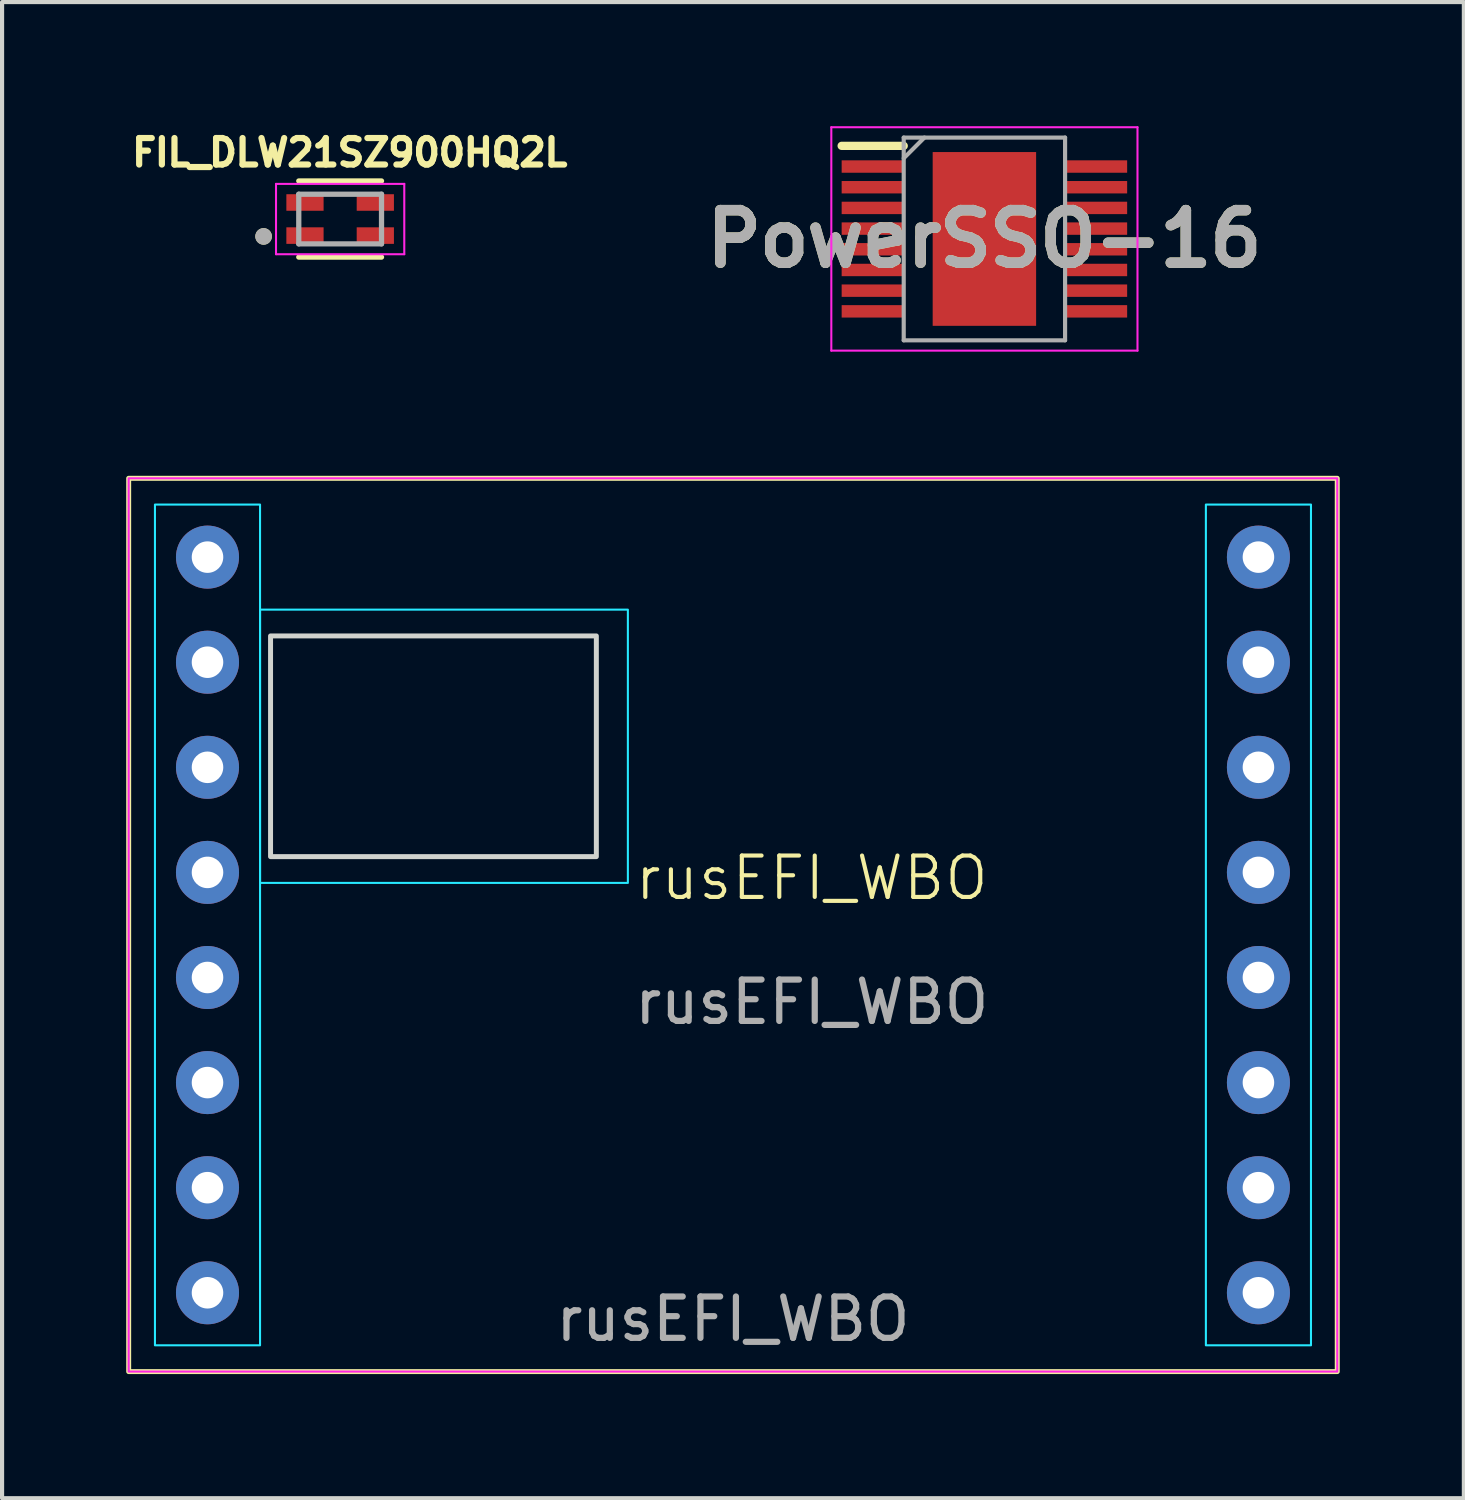
<source format=kicad_pcb>
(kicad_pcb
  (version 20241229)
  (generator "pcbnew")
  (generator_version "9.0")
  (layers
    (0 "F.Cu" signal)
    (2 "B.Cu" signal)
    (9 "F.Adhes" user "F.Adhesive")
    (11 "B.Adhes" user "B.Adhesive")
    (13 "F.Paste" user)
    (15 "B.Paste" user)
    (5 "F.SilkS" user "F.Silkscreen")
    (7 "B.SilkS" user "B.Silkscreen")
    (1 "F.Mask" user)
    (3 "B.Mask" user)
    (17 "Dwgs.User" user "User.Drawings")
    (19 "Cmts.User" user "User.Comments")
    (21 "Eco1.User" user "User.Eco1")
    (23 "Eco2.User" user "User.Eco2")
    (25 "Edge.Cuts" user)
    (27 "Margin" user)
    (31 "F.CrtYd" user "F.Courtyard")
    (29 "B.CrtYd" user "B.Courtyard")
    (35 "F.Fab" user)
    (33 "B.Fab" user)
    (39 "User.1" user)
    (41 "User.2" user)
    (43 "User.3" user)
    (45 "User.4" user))
  (footprint "rusEFI_WBO"
    (layer "F.Cu")
    (at 16.57 18.67)
    (property "Reference" "rusEFI_WBO" (at 0 -0.5 0) (unlocked yes) (layer "F.SilkS") (effects (font (size 1 1) (thickness 0.1))))
    (attr smd)
    (fp_rect (start -16.51 -10.16) (end 12.7 11.43) (stroke (width 0.12) (type solid)) (fill no) (layer "F.SilkS"))
    (fp_rect (start -13.081 -6.35) (end -5.207 -1.016) (stroke (width 0.12) (type solid)) (fill no) (layer "Edge.Cuts"))
    (fp_rect (start -15.875 -9.525) (end -13.335 10.795) (stroke (width 0.05) (type solid)) (fill no) (layer "B.CrtYd"))
    (fp_rect (start -13.335 -6.985) (end -4.445 -0.381) (stroke (width 0.05) (type solid)) (fill no) (layer "B.CrtYd"))
    (fp_rect (start 9.525 -9.525) (end 12.065 10.795) (stroke (width 0.05) (type solid)) (fill no) (layer "B.CrtYd"))
    (fp_rect (start -16.51 -10.16) (end 12.7 11.43) (stroke (width 0.05) (type solid)) (fill no) (layer "F.CrtYd"))
    (fp_text user "${REFERENCE}" (at -1.905 10.16 0) (unlocked yes) (layer "F.Fab") (effects (font (size 1 1) (thickness 0.15))))
    (fp_text user "${REFERENCE}" (at 0 2.5 0) (unlocked yes) (layer "F.Fab") (effects (font (size 1 1) (thickness 0.15))))
    (pad "1" thru_hole circle (at -14.605 -8.255) (size 1.524 1.524) (drill 0.762) (layers "*.Cu" "*.Mask"))
    (pad "2" thru_hole circle (at -14.605 -5.715) (size 1.524 1.524) (drill 0.762) (layers "*.Cu" "*.Mask"))
    (pad "3" thru_hole circle (at -14.605 -3.175) (size 1.524 1.524) (drill 0.762) (layers "*.Cu" "*.Mask"))
    (pad "4" thru_hole circle (at -14.605 -0.635) (size 1.524 1.524) (drill 0.762) (layers "*.Cu" "*.Mask"))
    (pad "5" thru_hole circle (at -14.605 1.905) (size 1.524 1.524) (drill 0.762) (layers "*.Cu" "*.Mask"))
    (pad "6" thru_hole circle (at -14.605 4.445) (size 1.524 1.524) (drill 0.762) (layers "*.Cu" "*.Mask"))
    (pad "7" thru_hole circle (at -14.605 6.985) (size 1.524 1.524) (drill 0.762) (layers "*.Cu" "*.Mask"))
    (pad "8" thru_hole circle (at -14.605 9.525) (size 1.524 1.524) (drill 0.762) (layers "*.Cu" "*.Mask"))
    (pad "9" thru_hole circle (at 10.795 -8.255) (size 1.524 1.524) (drill 0.762) (layers "*.Cu" "*.Mask"))
    (pad "10" thru_hole circle (at 10.795 -5.715) (size 1.524 1.524) (drill 0.762) (layers "*.Cu" "*.Mask"))
    (pad "11" thru_hole circle (at 10.795 -3.175) (size 1.524 1.524) (drill 0.762) (layers "*.Cu" "*.Mask"))
    (pad "12" thru_hole circle (at 10.795 -0.635) (size 1.524 1.524) (drill 0.762) (layers "*.Cu" "*.Mask"))
    (pad "13" thru_hole circle (at 10.795 1.905) (size 1.524 1.524) (drill 0.762) (layers "*.Cu" "*.Mask"))
    (pad "14" thru_hole circle (at 10.795 4.445) (size 1.524 1.524) (drill 0.762) (layers "*.Cu" "*.Mask"))
    (pad "15" thru_hole circle (at 10.795 6.985) (size 1.524 1.524) (drill 0.762) (layers "*.Cu" "*.Mask"))
    (pad "16" thru_hole circle (at 10.795 9.525) (size 1.524 1.524) (drill 0.762) (layers "*.Cu" "*.Mask")))
  (footprint "FIL_DLW21SZ900HQ2L"
    (layer "F.Cu")
    (at 5.171 2.244)
    (property "Reference" "FIL_DLW21SZ900HQ2L" (at 0.232 -1.606 0) (layer "F.SilkS") (effects (font (size 0.64 0.64) (thickness 0.15))))
    (attr smd)
    (fp_line (start -1 -0.92) (end 1 -0.92) (stroke (width 0.127) (type solid)) (layer "F.SilkS"))
    (fp_line (start 1 0.92) (end -1 0.92) (stroke (width 0.127) (type solid)) (layer "F.SilkS"))
    (fp_circle (center -1.85 0.42) (end -1.75 0.42) (stroke (width 0.2) (type solid)) (fill no) (layer "F.SilkS"))
    (fp_poly (pts (xy -1.3 -0.6) (xy -0.4 -0.6) (xy -0.4 -0.25) (xy -1.3 -0.25)) (stroke (width 0.01) (type solid)) (fill yes) (layer "F.Paste"))
    (fp_poly (pts (xy -1.3 0.25) (xy -0.4 0.25) (xy -0.4 0.6) (xy -1.3 0.6)) (stroke (width 0.01) (type solid)) (fill yes) (layer "F.Paste"))
    (fp_poly (pts (xy 0.4 -0.6) (xy 1.3 -0.6) (xy 1.3 -0.25) (xy 0.4 -0.25)) (stroke (width 0.01) (type solid)) (fill yes) (layer "F.Paste"))
    (fp_poly (pts (xy 0.4 0.25) (xy 1.3 0.25) (xy 1.3 0.6) (xy 0.4 0.6)) (stroke (width 0.01) (type solid)) (fill yes) (layer "F.Paste"))
    (fp_line (start -1.55 -0.85) (end 1.55 -0.85) (stroke (width 0.05) (type solid)) (layer "F.CrtYd"))
    (fp_line (start -1.55 0.85) (end -1.55 -0.85) (stroke (width 0.05) (type solid)) (layer "F.CrtYd"))
    (fp_line (start 1.55 -0.85) (end 1.55 0.85) (stroke (width 0.05) (type solid)) (layer "F.CrtYd"))
    (fp_line (start 1.55 0.85) (end -1.55 0.85) (stroke (width 0.05) (type solid)) (layer "F.CrtYd"))
    (fp_line (start -1 -0.6) (end 1 -0.6) (stroke (width 0.127) (type solid)) (layer "F.Fab"))
    (fp_line (start -1 0.6) (end -1 -0.6) (stroke (width 0.127) (type solid)) (layer "F.Fab"))
    (fp_line (start 1 -0.6) (end 1 0.6) (stroke (width 0.127) (type solid)) (layer "F.Fab"))
    (fp_line (start 1 0.6) (end -1 0.6) (stroke (width 0.127) (type solid)) (layer "F.Fab"))
    (fp_circle (center -1.85 0.42) (end -1.75 0.42) (stroke (width 0.2) (type solid)) (fill no) (layer "F.Fab"))
    (pad "1" smd rect (at -0.85 0.4) (size 0.9 0.4) (layers "F.Cu" "F.Mask"))
    (pad "2" smd rect (at 0.85 0.4) (size 0.9 0.4) (layers "F.Cu" "F.Mask"))
    (pad "3" smd rect (at 0.85 -0.4) (size 0.9 0.4) (layers "F.Cu" "F.Mask"))
    (pad "4" smd rect (at -0.85 -0.4) (size 0.9 0.4) (layers "F.Cu" "F.Mask")))
  (footprint "PowerSSO-16"
    (layer "F.Cu")
    (at 20.742 2.725)
    (property "Reference" "PowerSSO-16" (at 0 0 0) (layer "F.SilkS") (effects (font (size 1.27 1.27) (thickness 0.254))))
    (attr smd)
    (fp_line (start -3.45 -2.25) (end -1.95 -2.25) (stroke (width 0.2) (type solid)) (layer "F.SilkS"))
    (fp_line (start -3.7 -2.7) (end 3.7 -2.7) (stroke (width 0.05) (type solid)) (layer "F.CrtYd"))
    (fp_line (start -3.7 2.7) (end -3.7 -2.7) (stroke (width 0.05) (type solid)) (layer "F.CrtYd"))
    (fp_line (start 3.7 -2.7) (end 3.7 2.7) (stroke (width 0.05) (type solid)) (layer "F.CrtYd"))
    (fp_line (start 3.7 2.7) (end -3.7 2.7) (stroke (width 0.05) (type solid)) (layer "F.CrtYd"))
    (fp_line (start -1.95 -2.45) (end 1.95 -2.45) (stroke (width 0.1) (type solid)) (layer "F.Fab"))
    (fp_line (start -1.95 -1.95) (end -1.45 -2.45) (stroke (width 0.1) (type solid)) (layer "F.Fab"))
    (fp_line (start -1.95 2.45) (end -1.95 -2.45) (stroke (width 0.1) (type solid)) (layer "F.Fab"))
    (fp_line (start 1.95 -2.45) (end 1.95 2.45) (stroke (width 0.1) (type solid)) (layer "F.Fab"))
    (fp_line (start 1.95 2.45) (end -1.95 2.45) (stroke (width 0.1) (type solid)) (layer "F.Fab"))
    (fp_text user "${REFERENCE}" (at 0 0 0) (layer "F.Fab") (effects (font (size 1.27 1.27) (thickness 0.254))))
    (pad "1" smd rect (at -2.7 -1.75 90) (size 0.3 1.5) (layers "F.Cu" "F.Mask" "F.Paste"))
    (pad "2" smd rect (at -2.7 -1.25 90) (size 0.3 1.5) (layers "F.Cu" "F.Mask" "F.Paste"))
    (pad "3" smd rect (at -2.7 -0.75 90) (size 0.3 1.5) (layers "F.Cu" "F.Mask" "F.Paste"))
    (pad "4" smd rect (at -2.7 -0.25 90) (size 0.3 1.5) (layers "F.Cu" "F.Mask" "F.Paste"))
    (pad "5" smd rect (at -2.7 0.25 90) (size 0.3 1.5) (layers "F.Cu" "F.Mask" "F.Paste"))
    (pad "6" smd rect (at -2.7 0.75 90) (size 0.3 1.5) (layers "F.Cu" "F.Mask" "F.Paste"))
    (pad "7" smd rect (at -2.7 1.25 90) (size 0.3 1.5) (layers "F.Cu" "F.Mask" "F.Paste"))
    (pad "8" smd rect (at -2.7 1.75 90) (size 0.3 1.5) (layers "F.Cu" "F.Mask" "F.Paste"))
    (pad "9" smd rect (at 2.7 1.75 90) (size 0.3 1.5) (layers "F.Cu" "F.Mask" "F.Paste"))
    (pad "10" smd rect (at 2.7 1.25 90) (size 0.3 1.5) (layers "F.Cu" "F.Mask" "F.Paste"))
    (pad "11" smd rect (at 2.7 0.75 90) (size 0.3 1.5) (layers "F.Cu" "F.Mask" "F.Paste"))
    (pad "12" smd rect (at 2.7 0.25 90) (size 0.3 1.5) (layers "F.Cu" "F.Mask" "F.Paste"))
    (pad "13" smd rect (at 2.7 -0.25 90) (size 0.3 1.5) (layers "F.Cu" "F.Mask" "F.Paste"))
    (pad "14" smd rect (at 2.7 -0.75 90) (size 0.3 1.5) (layers "F.Cu" "F.Mask" "F.Paste"))
    (pad "15" smd rect (at 2.7 -1.25 90) (size 0.3 1.5) (layers "F.Cu" "F.Mask" "F.Paste"))
    (pad "16" smd rect (at 2.7 -1.75 90) (size 0.3 1.5) (layers "F.Cu" "F.Mask" "F.Paste"))
    (pad "17" smd rect (at 0 0) (size 2.5 4.2) (layers "F.Cu" "F.Mask" "F.Paste")))
  (gr_rect
    (start -3 -3)
    (end 32.33 33.16)
    (stroke (width 0.1) (type default))
    (fill no)
    (layer "Edge.Cuts")))
</source>
